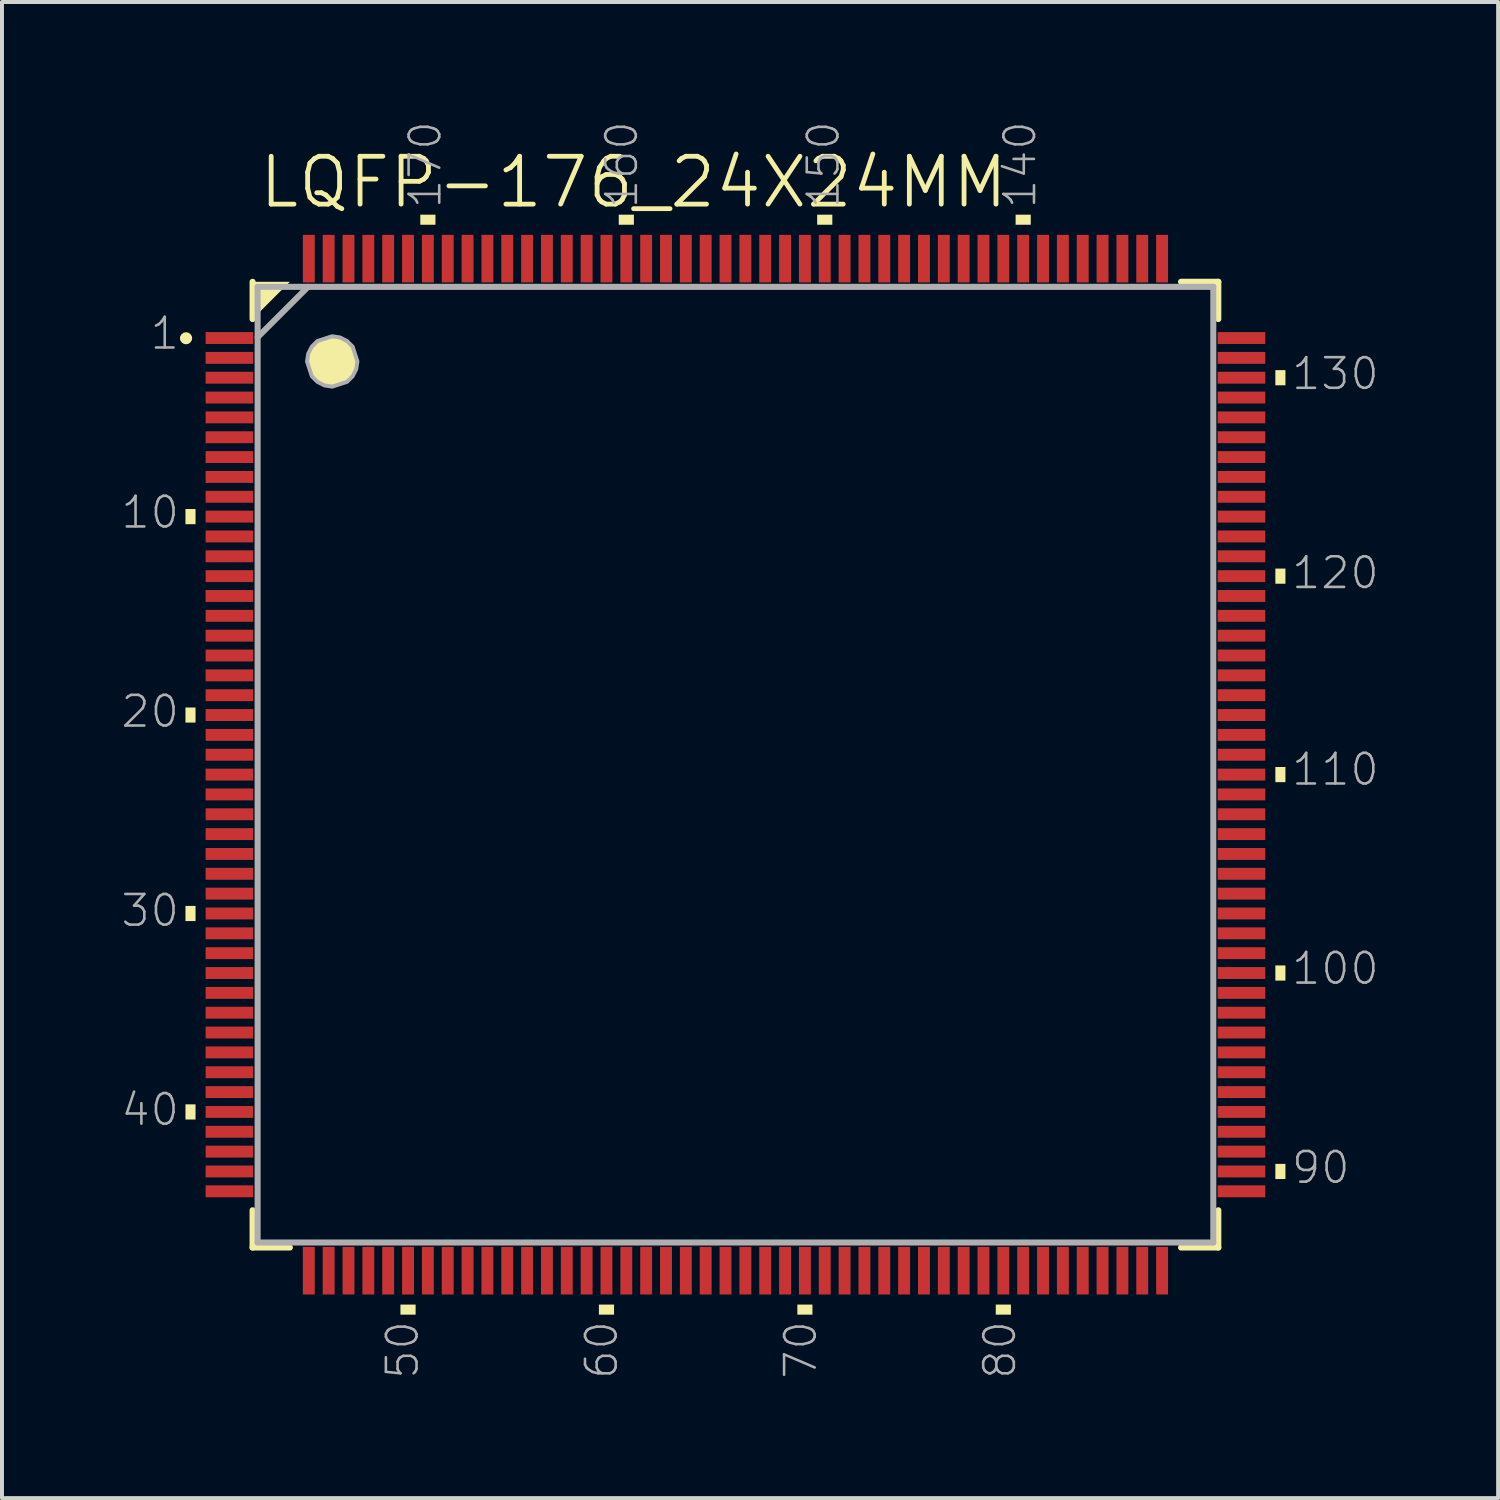
<source format=kicad_pcb>
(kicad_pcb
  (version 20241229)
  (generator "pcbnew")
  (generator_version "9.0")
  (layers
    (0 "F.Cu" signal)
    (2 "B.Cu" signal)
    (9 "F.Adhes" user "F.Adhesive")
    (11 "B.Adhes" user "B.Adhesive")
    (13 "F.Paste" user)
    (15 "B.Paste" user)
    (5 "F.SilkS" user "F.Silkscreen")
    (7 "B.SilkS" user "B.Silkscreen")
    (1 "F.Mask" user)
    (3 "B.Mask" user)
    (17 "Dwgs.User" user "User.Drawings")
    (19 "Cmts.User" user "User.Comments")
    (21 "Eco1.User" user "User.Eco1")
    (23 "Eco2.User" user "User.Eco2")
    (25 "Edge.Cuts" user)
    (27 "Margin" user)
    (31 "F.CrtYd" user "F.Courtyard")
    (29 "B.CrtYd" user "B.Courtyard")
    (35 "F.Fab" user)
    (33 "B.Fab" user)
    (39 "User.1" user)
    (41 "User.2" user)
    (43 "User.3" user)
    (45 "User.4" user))
  (footprint "LQFP-176_24X24MM"
    (layer "F.Cu")
    (at 15.481 16.217)
    (property "Reference" "LQFP-176_24X24MM" (at -12.065 -13.97 180) (layer "F.SilkS") (effects (font (size 1.206 1.206) (thickness 0.121)) (justify left bottom)))
    (attr through_hole)
    (fp_line (start -12.167 -12.167) (end -12.167 -11.227) (stroke (width 0.152) (type solid)) (layer "F.SilkS"))
    (fp_line (start -12.167 11.227) (end -12.167 12.167) (stroke (width 0.152) (type solid)) (layer "F.SilkS"))
    (fp_line (start -12.167 12.167) (end -11.227 12.167) (stroke (width 0.152) (type solid)) (layer "F.SilkS"))
    (fp_line (start 11.227 12.167) (end 12.167 12.167) (stroke (width 0.152) (type solid)) (layer "F.SilkS"))
    (fp_line (start 12.167 -12.167) (end 11.227 -12.167) (stroke (width 0.152) (type solid)) (layer "F.SilkS"))
    (fp_line (start 12.167 -11.227) (end 12.167 -12.167) (stroke (width 0.152) (type solid)) (layer "F.SilkS"))
    (fp_line (start 12.167 12.167) (end 12.167 11.227) (stroke (width 0.152) (type solid)) (layer "F.SilkS"))
    (fp_arc (start -13.9192 -10.7442) (mid -13.843 -10.8204) (end -13.7668 -10.7442) (stroke (width 0.1524) (type solid)) (layer "F.SilkS"))
    (fp_arc (start -13.7668 -10.7442) (mid -13.843 -10.668) (end -13.9192 -10.7442) (stroke (width 0.1524) (type solid)) (layer "F.SilkS"))
    (fp_poly (pts (xy -12.167 -12.167) (xy -11.227 -12.167) (xy -12.167 -11.227)) (stroke (width 0) (type solid)) (fill yes) (layer "F.SilkS"))
    (fp_poly (pts (xy -13.858 -6.441) (xy -13.858 -6.059) (xy -13.604 -6.059) (xy -13.604 -6.441)) (stroke (width 0) (type solid)) (fill yes) (layer "F.SilkS"))
    (fp_poly (pts (xy -13.858 -1.44) (xy -13.858 -1.06) (xy -13.604 -1.06) (xy -13.604 -1.44)) (stroke (width 0) (type solid)) (fill yes) (layer "F.SilkS"))
    (fp_poly (pts (xy -13.858 3.559) (xy -13.858 3.941) (xy -13.604 3.941) (xy -13.604 3.559)) (stroke (width 0) (type solid)) (fill yes) (layer "F.SilkS"))
    (fp_poly (pts (xy -13.858 8.559) (xy -13.858 8.941) (xy -13.604 8.941) (xy -13.604 8.559)) (stroke (width 0) (type solid)) (fill yes) (layer "F.SilkS"))
    (fp_poly (pts (xy -8.441 13.604) (xy -8.441 13.858) (xy -8.059 13.858) (xy -8.059 13.604)) (stroke (width 0) (type solid)) (fill yes) (layer "F.SilkS"))
    (fp_poly (pts (xy -7.941 -13.604) (xy -7.941 -13.858) (xy -7.559 -13.858) (xy -7.559 -13.604)) (stroke (width 0) (type solid)) (fill yes) (layer "F.SilkS"))
    (fp_poly (pts (xy -3.441 13.604) (xy -3.441 13.858) (xy -3.059 13.858) (xy -3.059 13.604)) (stroke (width 0) (type solid)) (fill yes) (layer "F.SilkS"))
    (fp_poly (pts (xy -2.941 -13.604) (xy -2.941 -13.858) (xy -2.559 -13.858) (xy -2.559 -13.604)) (stroke (width 0) (type solid)) (fill yes) (layer "F.SilkS"))
    (fp_poly (pts (xy 1.56 13.604) (xy 1.56 13.858) (xy 1.94 13.858) (xy 1.94 13.604)) (stroke (width 0) (type solid)) (fill yes) (layer "F.SilkS"))
    (fp_poly (pts (xy 2.059 -13.604) (xy 2.059 -13.858) (xy 2.441 -13.858) (xy 2.441 -13.604)) (stroke (width 0) (type solid)) (fill yes) (layer "F.SilkS"))
    (fp_poly (pts (xy 6.559 13.604) (xy 6.559 13.858) (xy 6.941 13.858) (xy 6.941 13.604)) (stroke (width 0) (type solid)) (fill yes) (layer "F.SilkS"))
    (fp_poly (pts (xy 7.059 -13.604) (xy 7.059 -13.858) (xy 7.441 -13.858) (xy 7.441 -13.604)) (stroke (width 0) (type solid)) (fill yes) (layer "F.SilkS"))
    (fp_poly (pts (xy 13.858 -9.941) (xy 13.858 -9.559) (xy 13.604 -9.559) (xy 13.604 -9.941)) (stroke (width 0) (type solid)) (fill yes) (layer "F.SilkS"))
    (fp_poly (pts (xy 13.858 -4.941) (xy 13.858 -4.559) (xy 13.604 -4.559) (xy 13.604 -4.941)) (stroke (width 0) (type solid)) (fill yes) (layer "F.SilkS"))
    (fp_poly (pts (xy 13.858 0.059) (xy 13.858 0.441) (xy 13.604 0.441) (xy 13.604 0.059)) (stroke (width 0) (type solid)) (fill yes) (layer "F.SilkS"))
    (fp_poly (pts (xy 13.858 5.059) (xy 13.858 5.441) (xy 13.604 5.441) (xy 13.604 5.059)) (stroke (width 0) (type solid)) (fill yes) (layer "F.SilkS"))
    (fp_poly (pts (xy 13.858 10.059) (xy 13.858 10.441) (xy 13.604 10.441) (xy 13.604 10.059)) (stroke (width 0) (type solid)) (fill yes) (layer "F.SilkS"))
    (fp_poly (pts (xy -10.16 -10.795) (xy -9.964 -10.764) (xy -9.787 -10.674) (xy -9.646 -10.533) (xy -9.525 -10.16) (xy -9.556 -9.964) (xy -9.646 -9.787) (xy -9.787 -9.646) (xy -10.16 -9.525) (xy -10.356 -9.556) (xy -10.533 -9.646) (xy -10.674 -9.787) (xy -10.795 -10.16) (xy -10.764 -10.356) (xy -10.674 -10.533) (xy -10.533 -10.674)) (stroke (width 0) (type solid)) (fill yes) (layer "F.SilkS"))
    (fp_line (start -12.04 -12.04) (end -12.04 12.04) (stroke (width 0.152) (type solid)) (layer "F.Fab"))
    (fp_line (start -12.04 -10.77) (end -10.77 -12.04) (stroke (width 0.152) (type solid)) (layer "F.Fab"))
    (fp_line (start -12.04 12.04) (end 12.04 12.04) (stroke (width 0.152) (type solid)) (layer "F.Fab"))
    (fp_line (start 12.04 -12.04) (end -12.04 -12.04) (stroke (width 0.152) (type solid)) (layer "F.Fab"))
    (fp_line (start 12.04 12.04) (end 12.04 -12.04) (stroke (width 0.152) (type solid)) (layer "F.Fab"))
    (fp_poly (pts (xy -10.16 -10.795) (xy -9.964 -10.764) (xy -9.787 -10.674) (xy -9.646 -10.533) (xy -9.525 -10.16) (xy -9.556 -9.964) (xy -9.646 -9.787) (xy -9.787 -9.646) (xy -10.16 -9.525) (xy -10.356 -9.556) (xy -10.533 -9.646) (xy -10.674 -9.787) (xy -10.795 -10.16) (xy -10.764 -10.356) (xy -10.674 -10.533) (xy -10.533 -10.674)) (stroke (width 0.1) (type solid)) (fill no) (layer "F.Fab"))
    (fp_text user "20" (at -13.97 -0.889 0) (layer "F.Fab") (effects (font (size 0.772 0.772) (thickness 0.065)) (justify right bottom)))
    (fp_text user "160" (at -2.413 -13.97 90) (layer "F.Fab") (effects (font (size 0.772 0.772) (thickness 0.065)) (justify left bottom)))
    (fp_text user "40" (at -13.97 9.144 0) (layer "F.Fab") (effects (font (size 0.772 0.772) (thickness 0.065)) (justify right bottom)))
    (fp_text user "110" (at 13.97 0.572 0) (layer "F.Fab") (effects (font (size 0.772 0.772) (thickness 0.065)) (justify left bottom)))
    (fp_text user "170" (at -7.366 -13.97 90) (layer "F.Fab") (effects (font (size 0.772 0.772) (thickness 0.065)) (justify left bottom)))
    (fp_text user "100" (at 13.97 5.588 0) (layer "F.Fab") (effects (font (size 0.772 0.772) (thickness 0.065)) (justify left bottom)))
    (fp_text user "60" (at -2.921 13.97 90) (layer "F.Fab") (effects (font (size 0.772 0.772) (thickness 0.065)) (justify right bottom)))
    (fp_text user "130" (at 13.97 -9.398 0) (layer "F.Fab") (effects (font (size 0.772 0.772) (thickness 0.065)) (justify left bottom)))
    (fp_text user "10" (at -13.97 -5.905 0) (layer "F.Fab") (effects (font (size 0.772 0.772) (thickness 0.065)) (justify right bottom)))
    (fp_text user "150" (at 2.667 -13.97 90) (layer "F.Fab") (effects (font (size 0.772 0.772) (thickness 0.065)) (justify left bottom)))
    (fp_text user "30" (at -13.97 4.128 0) (layer "F.Fab") (effects (font (size 0.772 0.772) (thickness 0.065)) (justify right bottom)))
    (fp_text user "70" (at 2.095 13.97 90) (layer "F.Fab") (effects (font (size 0.772 0.772) (thickness 0.065)) (justify right bottom)))
    (fp_text user "140" (at 7.62 -13.97 90) (layer "F.Fab") (effects (font (size 0.772 0.772) (thickness 0.065)) (justify left bottom)))
    (fp_text user "1" (at -13.97 -10.414 0) (layer "F.Fab") (effects (font (size 0.772 0.772) (thickness 0.065)) (justify right bottom)))
    (fp_text user "50" (at -7.938 13.97 90) (layer "F.Fab") (effects (font (size 0.772 0.772) (thickness 0.065)) (justify right bottom)))
    (fp_text user "80" (at 7.112 13.97 90) (layer "F.Fab") (effects (font (size 0.772 0.772) (thickness 0.065)) (justify right bottom)))
    (fp_text user "120" (at 13.97 -4.381 0) (layer "F.Fab") (effects (font (size 0.772 0.772) (thickness 0.065)) (justify left bottom)))
    (fp_text user "90" (at 13.97 10.604 0) (layer "F.Fab") (effects (font (size 0.772 0.772) (thickness 0.065)) (justify left bottom)))
    (pad "1" smd rect (at -12.75 -10.75) (size 1.2 0.3) (layers "F.Cu" "F.Mask" "F.Paste"))
    (pad "2" smd rect (at -12.75 -10.25) (size 1.2 0.3) (layers "F.Cu" "F.Mask" "F.Paste"))
    (pad "3" smd rect (at -12.75 -9.75) (size 1.2 0.3) (layers "F.Cu" "F.Mask" "F.Paste"))
    (pad "4" smd rect (at -12.75 -9.25) (size 1.2 0.3) (layers "F.Cu" "F.Mask" "F.Paste"))
    (pad "5" smd rect (at -12.75 -8.75) (size 1.2 0.3) (layers "F.Cu" "F.Mask" "F.Paste"))
    (pad "6" smd rect (at -12.75 -8.25) (size 1.2 0.3) (layers "F.Cu" "F.Mask" "F.Paste"))
    (pad "7" smd rect (at -12.75 -7.75) (size 1.2 0.3) (layers "F.Cu" "F.Mask" "F.Paste"))
    (pad "8" smd rect (at -12.75 -7.25) (size 1.2 0.3) (layers "F.Cu" "F.Mask" "F.Paste"))
    (pad "9" smd rect (at -12.75 -6.75) (size 1.2 0.3) (layers "F.Cu" "F.Mask" "F.Paste"))
    (pad "10" smd rect (at -12.75 -6.25) (size 1.2 0.3) (layers "F.Cu" "F.Mask" "F.Paste"))
    (pad "11" smd rect (at -12.75 -5.75) (size 1.2 0.3) (layers "F.Cu" "F.Mask" "F.Paste"))
    (pad "12" smd rect (at -12.75 -5.25) (size 1.2 0.3) (layers "F.Cu" "F.Mask" "F.Paste"))
    (pad "13" smd rect (at -12.75 -4.75) (size 1.2 0.3) (layers "F.Cu" "F.Mask" "F.Paste"))
    (pad "14" smd rect (at -12.75 -4.25) (size 1.2 0.3) (layers "F.Cu" "F.Mask" "F.Paste"))
    (pad "15" smd rect (at -12.75 -3.75) (size 1.2 0.3) (layers "F.Cu" "F.Mask" "F.Paste"))
    (pad "16" smd rect (at -12.75 -3.25) (size 1.2 0.3) (layers "F.Cu" "F.Mask" "F.Paste"))
    (pad "17" smd rect (at -12.75 -2.75) (size 1.2 0.3) (layers "F.Cu" "F.Mask" "F.Paste"))
    (pad "18" smd rect (at -12.75 -2.25) (size 1.2 0.3) (layers "F.Cu" "F.Mask" "F.Paste"))
    (pad "19" smd rect (at -12.75 -1.75) (size 1.2 0.3) (layers "F.Cu" "F.Mask" "F.Paste"))
    (pad "20" smd rect (at -12.75 -1.25) (size 1.2 0.3) (layers "F.Cu" "F.Mask" "F.Paste"))
    (pad "21" smd rect (at -12.75 -0.75) (size 1.2 0.3) (layers "F.Cu" "F.Mask" "F.Paste"))
    (pad "22" smd rect (at -12.75 -0.25) (size 1.2 0.3) (layers "F.Cu" "F.Mask" "F.Paste"))
    (pad "23" smd rect (at -12.75 0.25) (size 1.2 0.3) (layers "F.Cu" "F.Mask" "F.Paste"))
    (pad "24" smd rect (at -12.75 0.75) (size 1.2 0.3) (layers "F.Cu" "F.Mask" "F.Paste"))
    (pad "25" smd rect (at -12.75 1.25) (size 1.2 0.3) (layers "F.Cu" "F.Mask" "F.Paste"))
    (pad "26" smd rect (at -12.75 1.75) (size 1.2 0.3) (layers "F.Cu" "F.Mask" "F.Paste"))
    (pad "27" smd rect (at -12.75 2.25) (size 1.2 0.3) (layers "F.Cu" "F.Mask" "F.Paste"))
    (pad "28" smd rect (at -12.75 2.75) (size 1.2 0.3) (layers "F.Cu" "F.Mask" "F.Paste"))
    (pad "29" smd rect (at -12.75 3.25) (size 1.2 0.3) (layers "F.Cu" "F.Mask" "F.Paste"))
    (pad "30" smd rect (at -12.75 3.75) (size 1.2 0.3) (layers "F.Cu" "F.Mask" "F.Paste"))
    (pad "31" smd rect (at -12.75 4.25) (size 1.2 0.3) (layers "F.Cu" "F.Mask" "F.Paste"))
    (pad "32" smd rect (at -12.75 4.75) (size 1.2 0.3) (layers "F.Cu" "F.Mask" "F.Paste"))
    (pad "33" smd rect (at -12.75 5.25) (size 1.2 0.3) (layers "F.Cu" "F.Mask" "F.Paste"))
    (pad "34" smd rect (at -12.75 5.75) (size 1.2 0.3) (layers "F.Cu" "F.Mask" "F.Paste"))
    (pad "35" smd rect (at -12.75 6.25) (size 1.2 0.3) (layers "F.Cu" "F.Mask" "F.Paste"))
    (pad "36" smd rect (at -12.75 6.75) (size 1.2 0.3) (layers "F.Cu" "F.Mask" "F.Paste"))
    (pad "37" smd rect (at -12.75 7.25) (size 1.2 0.3) (layers "F.Cu" "F.Mask" "F.Paste"))
    (pad "38" smd rect (at -12.75 7.75) (size 1.2 0.3) (layers "F.Cu" "F.Mask" "F.Paste"))
    (pad "39" smd rect (at -12.75 8.25) (size 1.2 0.3) (layers "F.Cu" "F.Mask" "F.Paste"))
    (pad "40" smd rect (at -12.75 8.75) (size 1.2 0.3) (layers "F.Cu" "F.Mask" "F.Paste"))
    (pad "41" smd rect (at -12.75 9.25) (size 1.2 0.3) (layers "F.Cu" "F.Mask" "F.Paste"))
    (pad "42" smd rect (at -12.75 9.75) (size 1.2 0.3) (layers "F.Cu" "F.Mask" "F.Paste"))
    (pad "43" smd rect (at -12.75 10.25) (size 1.2 0.3) (layers "F.Cu" "F.Mask" "F.Paste"))
    (pad "44" smd rect (at -12.75 10.75) (size 1.2 0.3) (layers "F.Cu" "F.Mask" "F.Paste"))
    (pad "45" smd rect (at -10.75 12.75 90) (size 1.2 0.3) (layers "F.Cu" "F.Mask" "F.Paste"))
    (pad "46" smd rect (at -10.25 12.75 90) (size 1.2 0.3) (layers "F.Cu" "F.Mask" "F.Paste"))
    (pad "47" smd rect (at -9.75 12.75 90) (size 1.2 0.3) (layers "F.Cu" "F.Mask" "F.Paste"))
    (pad "48" smd rect (at -9.25 12.75 90) (size 1.2 0.3) (layers "F.Cu" "F.Mask" "F.Paste"))
    (pad "49" smd rect (at -8.75 12.75 90) (size 1.2 0.3) (layers "F.Cu" "F.Mask" "F.Paste"))
    (pad "50" smd rect (at -8.25 12.75 90) (size 1.2 0.3) (layers "F.Cu" "F.Mask" "F.Paste"))
    (pad "51" smd rect (at -7.75 12.75 90) (size 1.2 0.3) (layers "F.Cu" "F.Mask" "F.Paste"))
    (pad "52" smd rect (at -7.25 12.75 90) (size 1.2 0.3) (layers "F.Cu" "F.Mask" "F.Paste"))
    (pad "53" smd rect (at -6.75 12.75 90) (size 1.2 0.3) (layers "F.Cu" "F.Mask" "F.Paste"))
    (pad "54" smd rect (at -6.25 12.75 90) (size 1.2 0.3) (layers "F.Cu" "F.Mask" "F.Paste"))
    (pad "55" smd rect (at -5.75 12.75 90) (size 1.2 0.3) (layers "F.Cu" "F.Mask" "F.Paste"))
    (pad "56" smd rect (at -5.25 12.75 90) (size 1.2 0.3) (layers "F.Cu" "F.Mask" "F.Paste"))
    (pad "57" smd rect (at -4.75 12.75 90) (size 1.2 0.3) (layers "F.Cu" "F.Mask" "F.Paste"))
    (pad "58" smd rect (at -4.25 12.75 90) (size 1.2 0.3) (layers "F.Cu" "F.Mask" "F.Paste"))
    (pad "59" smd rect (at -3.75 12.75 90) (size 1.2 0.3) (layers "F.Cu" "F.Mask" "F.Paste"))
    (pad "60" smd rect (at -3.25 12.75 90) (size 1.2 0.3) (layers "F.Cu" "F.Mask" "F.Paste"))
    (pad "61" smd rect (at -2.75 12.75 90) (size 1.2 0.3) (layers "F.Cu" "F.Mask" "F.Paste"))
    (pad "62" smd rect (at -2.25 12.75 90) (size 1.2 0.3) (layers "F.Cu" "F.Mask" "F.Paste"))
    (pad "63" smd rect (at -1.75 12.75 90) (size 1.2 0.3) (layers "F.Cu" "F.Mask" "F.Paste"))
    (pad "64" smd rect (at -1.25 12.75 90) (size 1.2 0.3) (layers "F.Cu" "F.Mask" "F.Paste"))
    (pad "65" smd rect (at -0.75 12.75 90) (size 1.2 0.3) (layers "F.Cu" "F.Mask" "F.Paste"))
    (pad "66" smd rect (at -0.25 12.75 90) (size 1.2 0.3) (layers "F.Cu" "F.Mask" "F.Paste"))
    (pad "67" smd rect (at 0.25 12.75 90) (size 1.2 0.3) (layers "F.Cu" "F.Mask" "F.Paste"))
    (pad "68" smd rect (at 0.75 12.75 90) (size 1.2 0.3) (layers "F.Cu" "F.Mask" "F.Paste"))
    (pad "69" smd rect (at 1.25 12.75 90) (size 1.2 0.3) (layers "F.Cu" "F.Mask" "F.Paste"))
    (pad "70" smd rect (at 1.75 12.75 90) (size 1.2 0.3) (layers "F.Cu" "F.Mask" "F.Paste"))
    (pad "71" smd rect (at 2.25 12.75 90) (size 1.2 0.3) (layers "F.Cu" "F.Mask" "F.Paste"))
    (pad "72" smd rect (at 2.75 12.75 90) (size 1.2 0.3) (layers "F.Cu" "F.Mask" "F.Paste"))
    (pad "73" smd rect (at 3.25 12.75 90) (size 1.2 0.3) (layers "F.Cu" "F.Mask" "F.Paste"))
    (pad "74" smd rect (at 3.75 12.75 90) (size 1.2 0.3) (layers "F.Cu" "F.Mask" "F.Paste"))
    (pad "75" smd rect (at 4.25 12.75 90) (size 1.2 0.3) (layers "F.Cu" "F.Mask" "F.Paste"))
    (pad "76" smd rect (at 4.75 12.75 90) (size 1.2 0.3) (layers "F.Cu" "F.Mask" "F.Paste"))
    (pad "77" smd rect (at 5.25 12.75 90) (size 1.2 0.3) (layers "F.Cu" "F.Mask" "F.Paste"))
    (pad "78" smd rect (at 5.75 12.75 90) (size 1.2 0.3) (layers "F.Cu" "F.Mask" "F.Paste"))
    (pad "79" smd rect (at 6.25 12.75 90) (size 1.2 0.3) (layers "F.Cu" "F.Mask" "F.Paste"))
    (pad "80" smd rect (at 6.75 12.75 90) (size 1.2 0.3) (layers "F.Cu" "F.Mask" "F.Paste"))
    (pad "81" smd rect (at 7.25 12.75 90) (size 1.2 0.3) (layers "F.Cu" "F.Mask" "F.Paste"))
    (pad "82" smd rect (at 7.75 12.75 90) (size 1.2 0.3) (layers "F.Cu" "F.Mask" "F.Paste"))
    (pad "83" smd rect (at 8.25 12.75 90) (size 1.2 0.3) (layers "F.Cu" "F.Mask" "F.Paste"))
    (pad "84" smd rect (at 8.75 12.75 90) (size 1.2 0.3) (layers "F.Cu" "F.Mask" "F.Paste"))
    (pad "85" smd rect (at 9.25 12.75 90) (size 1.2 0.3) (layers "F.Cu" "F.Mask" "F.Paste"))
    (pad "86" smd rect (at 9.75 12.75 90) (size 1.2 0.3) (layers "F.Cu" "F.Mask" "F.Paste"))
    (pad "87" smd rect (at 10.25 12.75 90) (size 1.2 0.3) (layers "F.Cu" "F.Mask" "F.Paste"))
    (pad "88" smd rect (at 10.75 12.75 90) (size 1.2 0.3) (layers "F.Cu" "F.Mask" "F.Paste"))
    (pad "89" smd rect (at 12.75 10.75 180) (size 1.2 0.3) (layers "F.Cu" "F.Mask" "F.Paste"))
    (pad "90" smd rect (at 12.75 10.25 180) (size 1.2 0.3) (layers "F.Cu" "F.Mask" "F.Paste"))
    (pad "91" smd rect (at 12.75 9.75 180) (size 1.2 0.3) (layers "F.Cu" "F.Mask" "F.Paste"))
    (pad "92" smd rect (at 12.75 9.25 180) (size 1.2 0.3) (layers "F.Cu" "F.Mask" "F.Paste"))
    (pad "93" smd rect (at 12.75 8.75 180) (size 1.2 0.3) (layers "F.Cu" "F.Mask" "F.Paste"))
    (pad "94" smd rect (at 12.75 8.25 180) (size 1.2 0.3) (layers "F.Cu" "F.Mask" "F.Paste"))
    (pad "95" smd rect (at 12.75 7.75 180) (size 1.2 0.3) (layers "F.Cu" "F.Mask" "F.Paste"))
    (pad "96" smd rect (at 12.75 7.25 180) (size 1.2 0.3) (layers "F.Cu" "F.Mask" "F.Paste"))
    (pad "97" smd rect (at 12.75 6.75 180) (size 1.2 0.3) (layers "F.Cu" "F.Mask" "F.Paste"))
    (pad "98" smd rect (at 12.75 6.25 180) (size 1.2 0.3) (layers "F.Cu" "F.Mask" "F.Paste"))
    (pad "99" smd rect (at 12.75 5.75 180) (size 1.2 0.3) (layers "F.Cu" "F.Mask" "F.Paste"))
    (pad "100" smd rect (at 12.75 5.25 180) (size 1.2 0.3) (layers "F.Cu" "F.Mask" "F.Paste"))
    (pad "101" smd rect (at 12.75 4.75 180) (size 1.2 0.3) (layers "F.Cu" "F.Mask" "F.Paste"))
    (pad "102" smd rect (at 12.75 4.25 180) (size 1.2 0.3) (layers "F.Cu" "F.Mask" "F.Paste"))
    (pad "103" smd rect (at 12.75 3.75 180) (size 1.2 0.3) (layers "F.Cu" "F.Mask" "F.Paste"))
    (pad "104" smd rect (at 12.75 3.25 180) (size 1.2 0.3) (layers "F.Cu" "F.Mask" "F.Paste"))
    (pad "105" smd rect (at 12.75 2.75 180) (size 1.2 0.3) (layers "F.Cu" "F.Mask" "F.Paste"))
    (pad "106" smd rect (at 12.75 2.25 180) (size 1.2 0.3) (layers "F.Cu" "F.Mask" "F.Paste"))
    (pad "107" smd rect (at 12.75 1.75 180) (size 1.2 0.3) (layers "F.Cu" "F.Mask" "F.Paste"))
    (pad "108" smd rect (at 12.75 1.25 180) (size 1.2 0.3) (layers "F.Cu" "F.Mask" "F.Paste"))
    (pad "109" smd rect (at 12.75 0.75 180) (size 1.2 0.3) (layers "F.Cu" "F.Mask" "F.Paste"))
    (pad "110" smd rect (at 12.75 0.25 180) (size 1.2 0.3) (layers "F.Cu" "F.Mask" "F.Paste"))
    (pad "111" smd rect (at 12.75 -0.25 180) (size 1.2 0.3) (layers "F.Cu" "F.Mask" "F.Paste"))
    (pad "112" smd rect (at 12.75 -0.75 180) (size 1.2 0.3) (layers "F.Cu" "F.Mask" "F.Paste"))
    (pad "113" smd rect (at 12.75 -1.25 180) (size 1.2 0.3) (layers "F.Cu" "F.Mask" "F.Paste"))
    (pad "114" smd rect (at 12.75 -1.75 180) (size 1.2 0.3) (layers "F.Cu" "F.Mask" "F.Paste"))
    (pad "115" smd rect (at 12.75 -2.25 180) (size 1.2 0.3) (layers "F.Cu" "F.Mask" "F.Paste"))
    (pad "116" smd rect (at 12.75 -2.75 180) (size 1.2 0.3) (layers "F.Cu" "F.Mask" "F.Paste"))
    (pad "117" smd rect (at 12.75 -3.25 180) (size 1.2 0.3) (layers "F.Cu" "F.Mask" "F.Paste"))
    (pad "118" smd rect (at 12.75 -3.75 180) (size 1.2 0.3) (layers "F.Cu" "F.Mask" "F.Paste"))
    (pad "119" smd rect (at 12.75 -4.25 180) (size 1.2 0.3) (layers "F.Cu" "F.Mask" "F.Paste"))
    (pad "120" smd rect (at 12.75 -4.75 180) (size 1.2 0.3) (layers "F.Cu" "F.Mask" "F.Paste"))
    (pad "121" smd rect (at 12.75 -5.25 180) (size 1.2 0.3) (layers "F.Cu" "F.Mask" "F.Paste"))
    (pad "122" smd rect (at 12.75 -5.75 180) (size 1.2 0.3) (layers "F.Cu" "F.Mask" "F.Paste"))
    (pad "123" smd rect (at 12.75 -6.25 180) (size 1.2 0.3) (layers "F.Cu" "F.Mask" "F.Paste"))
    (pad "124" smd rect (at 12.75 -6.75 180) (size 1.2 0.3) (layers "F.Cu" "F.Mask" "F.Paste"))
    (pad "125" smd rect (at 12.75 -7.25 180) (size 1.2 0.3) (layers "F.Cu" "F.Mask" "F.Paste"))
    (pad "126" smd rect (at 12.75 -7.75 180) (size 1.2 0.3) (layers "F.Cu" "F.Mask" "F.Paste"))
    (pad "127" smd rect (at 12.75 -8.25 180) (size 1.2 0.3) (layers "F.Cu" "F.Mask" "F.Paste"))
    (pad "128" smd rect (at 12.75 -8.75 180) (size 1.2 0.3) (layers "F.Cu" "F.Mask" "F.Paste"))
    (pad "129" smd rect (at 12.75 -9.25 180) (size 1.2 0.3) (layers "F.Cu" "F.Mask" "F.Paste"))
    (pad "130" smd rect (at 12.75 -9.75 180) (size 1.2 0.3) (layers "F.Cu" "F.Mask" "F.Paste"))
    (pad "131" smd rect (at 12.75 -10.25 180) (size 1.2 0.3) (layers "F.Cu" "F.Mask" "F.Paste"))
    (pad "132" smd rect (at 12.75 -10.75 180) (size 1.2 0.3) (layers "F.Cu" "F.Mask" "F.Paste"))
    (pad "133" smd rect (at 10.75 -12.75 270) (size 1.2 0.3) (layers "F.Cu" "F.Mask" "F.Paste"))
    (pad "134" smd rect (at 10.25 -12.75 270) (size 1.2 0.3) (layers "F.Cu" "F.Mask" "F.Paste"))
    (pad "135" smd rect (at 9.75 -12.75 270) (size 1.2 0.3) (layers "F.Cu" "F.Mask" "F.Paste"))
    (pad "136" smd rect (at 9.25 -12.75 270) (size 1.2 0.3) (layers "F.Cu" "F.Mask" "F.Paste"))
    (pad "137" smd rect (at 8.75 -12.75 270) (size 1.2 0.3) (layers "F.Cu" "F.Mask" "F.Paste"))
    (pad "138" smd rect (at 8.25 -12.75 270) (size 1.2 0.3) (layers "F.Cu" "F.Mask" "F.Paste"))
    (pad "139" smd rect (at 7.75 -12.75 270) (size 1.2 0.3) (layers "F.Cu" "F.Mask" "F.Paste"))
    (pad "140" smd rect (at 7.25 -12.75 270) (size 1.2 0.3) (layers "F.Cu" "F.Mask" "F.Paste"))
    (pad "141" smd rect (at 6.75 -12.75 270) (size 1.2 0.3) (layers "F.Cu" "F.Mask" "F.Paste"))
    (pad "142" smd rect (at 6.25 -12.75 270) (size 1.2 0.3) (layers "F.Cu" "F.Mask" "F.Paste"))
    (pad "143" smd rect (at 5.75 -12.75 270) (size 1.2 0.3) (layers "F.Cu" "F.Mask" "F.Paste"))
    (pad "144" smd rect (at 5.25 -12.75 270) (size 1.2 0.3) (layers "F.Cu" "F.Mask" "F.Paste"))
    (pad "145" smd rect (at 4.75 -12.75 270) (size 1.2 0.3) (layers "F.Cu" "F.Mask" "F.Paste"))
    (pad "146" smd rect (at 4.25 -12.75 270) (size 1.2 0.3) (layers "F.Cu" "F.Mask" "F.Paste"))
    (pad "147" smd rect (at 3.75 -12.75 270) (size 1.2 0.3) (layers "F.Cu" "F.Mask" "F.Paste"))
    (pad "148" smd rect (at 3.25 -12.75 270) (size 1.2 0.3) (layers "F.Cu" "F.Mask" "F.Paste"))
    (pad "149" smd rect (at 2.75 -12.75 270) (size 1.2 0.3) (layers "F.Cu" "F.Mask" "F.Paste"))
    (pad "150" smd rect (at 2.25 -12.75 270) (size 1.2 0.3) (layers "F.Cu" "F.Mask" "F.Paste"))
    (pad "151" smd rect (at 1.75 -12.75 270) (size 1.2 0.3) (layers "F.Cu" "F.Mask" "F.Paste"))
    (pad "152" smd rect (at 1.25 -12.75 270) (size 1.2 0.3) (layers "F.Cu" "F.Mask" "F.Paste"))
    (pad "153" smd rect (at 0.75 -12.75 270) (size 1.2 0.3) (layers "F.Cu" "F.Mask" "F.Paste"))
    (pad "154" smd rect (at 0.25 -12.75 270) (size 1.2 0.3) (layers "F.Cu" "F.Mask" "F.Paste"))
    (pad "155" smd rect (at -0.25 -12.75 270) (size 1.2 0.3) (layers "F.Cu" "F.Mask" "F.Paste"))
    (pad "156" smd rect (at -0.75 -12.75 270) (size 1.2 0.3) (layers "F.Cu" "F.Mask" "F.Paste"))
    (pad "157" smd rect (at -1.25 -12.75 270) (size 1.2 0.3) (layers "F.Cu" "F.Mask" "F.Paste"))
    (pad "158" smd rect (at -1.75 -12.75 270) (size 1.2 0.3) (layers "F.Cu" "F.Mask" "F.Paste"))
    (pad "159" smd rect (at -2.25 -12.75 270) (size 1.2 0.3) (layers "F.Cu" "F.Mask" "F.Paste"))
    (pad "160" smd rect (at -2.75 -12.75 270) (size 1.2 0.3) (layers "F.Cu" "F.Mask" "F.Paste"))
    (pad "161" smd rect (at -3.25 -12.75 270) (size 1.2 0.3) (layers "F.Cu" "F.Mask" "F.Paste"))
    (pad "162" smd rect (at -3.75 -12.75 270) (size 1.2 0.3) (layers "F.Cu" "F.Mask" "F.Paste"))
    (pad "163" smd rect (at -4.25 -12.75 270) (size 1.2 0.3) (layers "F.Cu" "F.Mask" "F.Paste"))
    (pad "164" smd rect (at -4.75 -12.75 270) (size 1.2 0.3) (layers "F.Cu" "F.Mask" "F.Paste"))
    (pad "165" smd rect (at -5.25 -12.75 270) (size 1.2 0.3) (layers "F.Cu" "F.Mask" "F.Paste"))
    (pad "166" smd rect (at -5.75 -12.75 270) (size 1.2 0.3) (layers "F.Cu" "F.Mask" "F.Paste"))
    (pad "167" smd rect (at -6.25 -12.75 270) (size 1.2 0.3) (layers "F.Cu" "F.Mask" "F.Paste"))
    (pad "168" smd rect (at -6.75 -12.75 270) (size 1.2 0.3) (layers "F.Cu" "F.Mask" "F.Paste"))
    (pad "169" smd rect (at -7.25 -12.75 270) (size 1.2 0.3) (layers "F.Cu" "F.Mask" "F.Paste"))
    (pad "170" smd rect (at -7.75 -12.75 270) (size 1.2 0.3) (layers "F.Cu" "F.Mask" "F.Paste"))
    (pad "171" smd rect (at -8.25 -12.75 270) (size 1.2 0.3) (layers "F.Cu" "F.Mask" "F.Paste"))
    (pad "172" smd rect (at -8.75 -12.75 270) (size 1.2 0.3) (layers "F.Cu" "F.Mask" "F.Paste"))
    (pad "173" smd rect (at -9.25 -12.75 270) (size 1.2 0.3) (layers "F.Cu" "F.Mask" "F.Paste"))
    (pad "174" smd rect (at -9.75 -12.75 270) (size 1.2 0.3) (layers "F.Cu" "F.Mask" "F.Paste"))
    (pad "175" smd rect (at -10.25 -12.75 270) (size 1.2 0.3) (layers "F.Cu" "F.Mask" "F.Paste"))
    (pad "176" smd rect (at -10.75 -12.75 270) (size 1.2 0.3) (layers "F.Cu" "F.Mask" "F.Paste")))
  (gr_rect
    (start -3 -3)
    (end 34.698 34.698)
    (stroke (width 0.1) (type default))
    (fill no)
    (layer "Edge.Cuts")))
</source>
